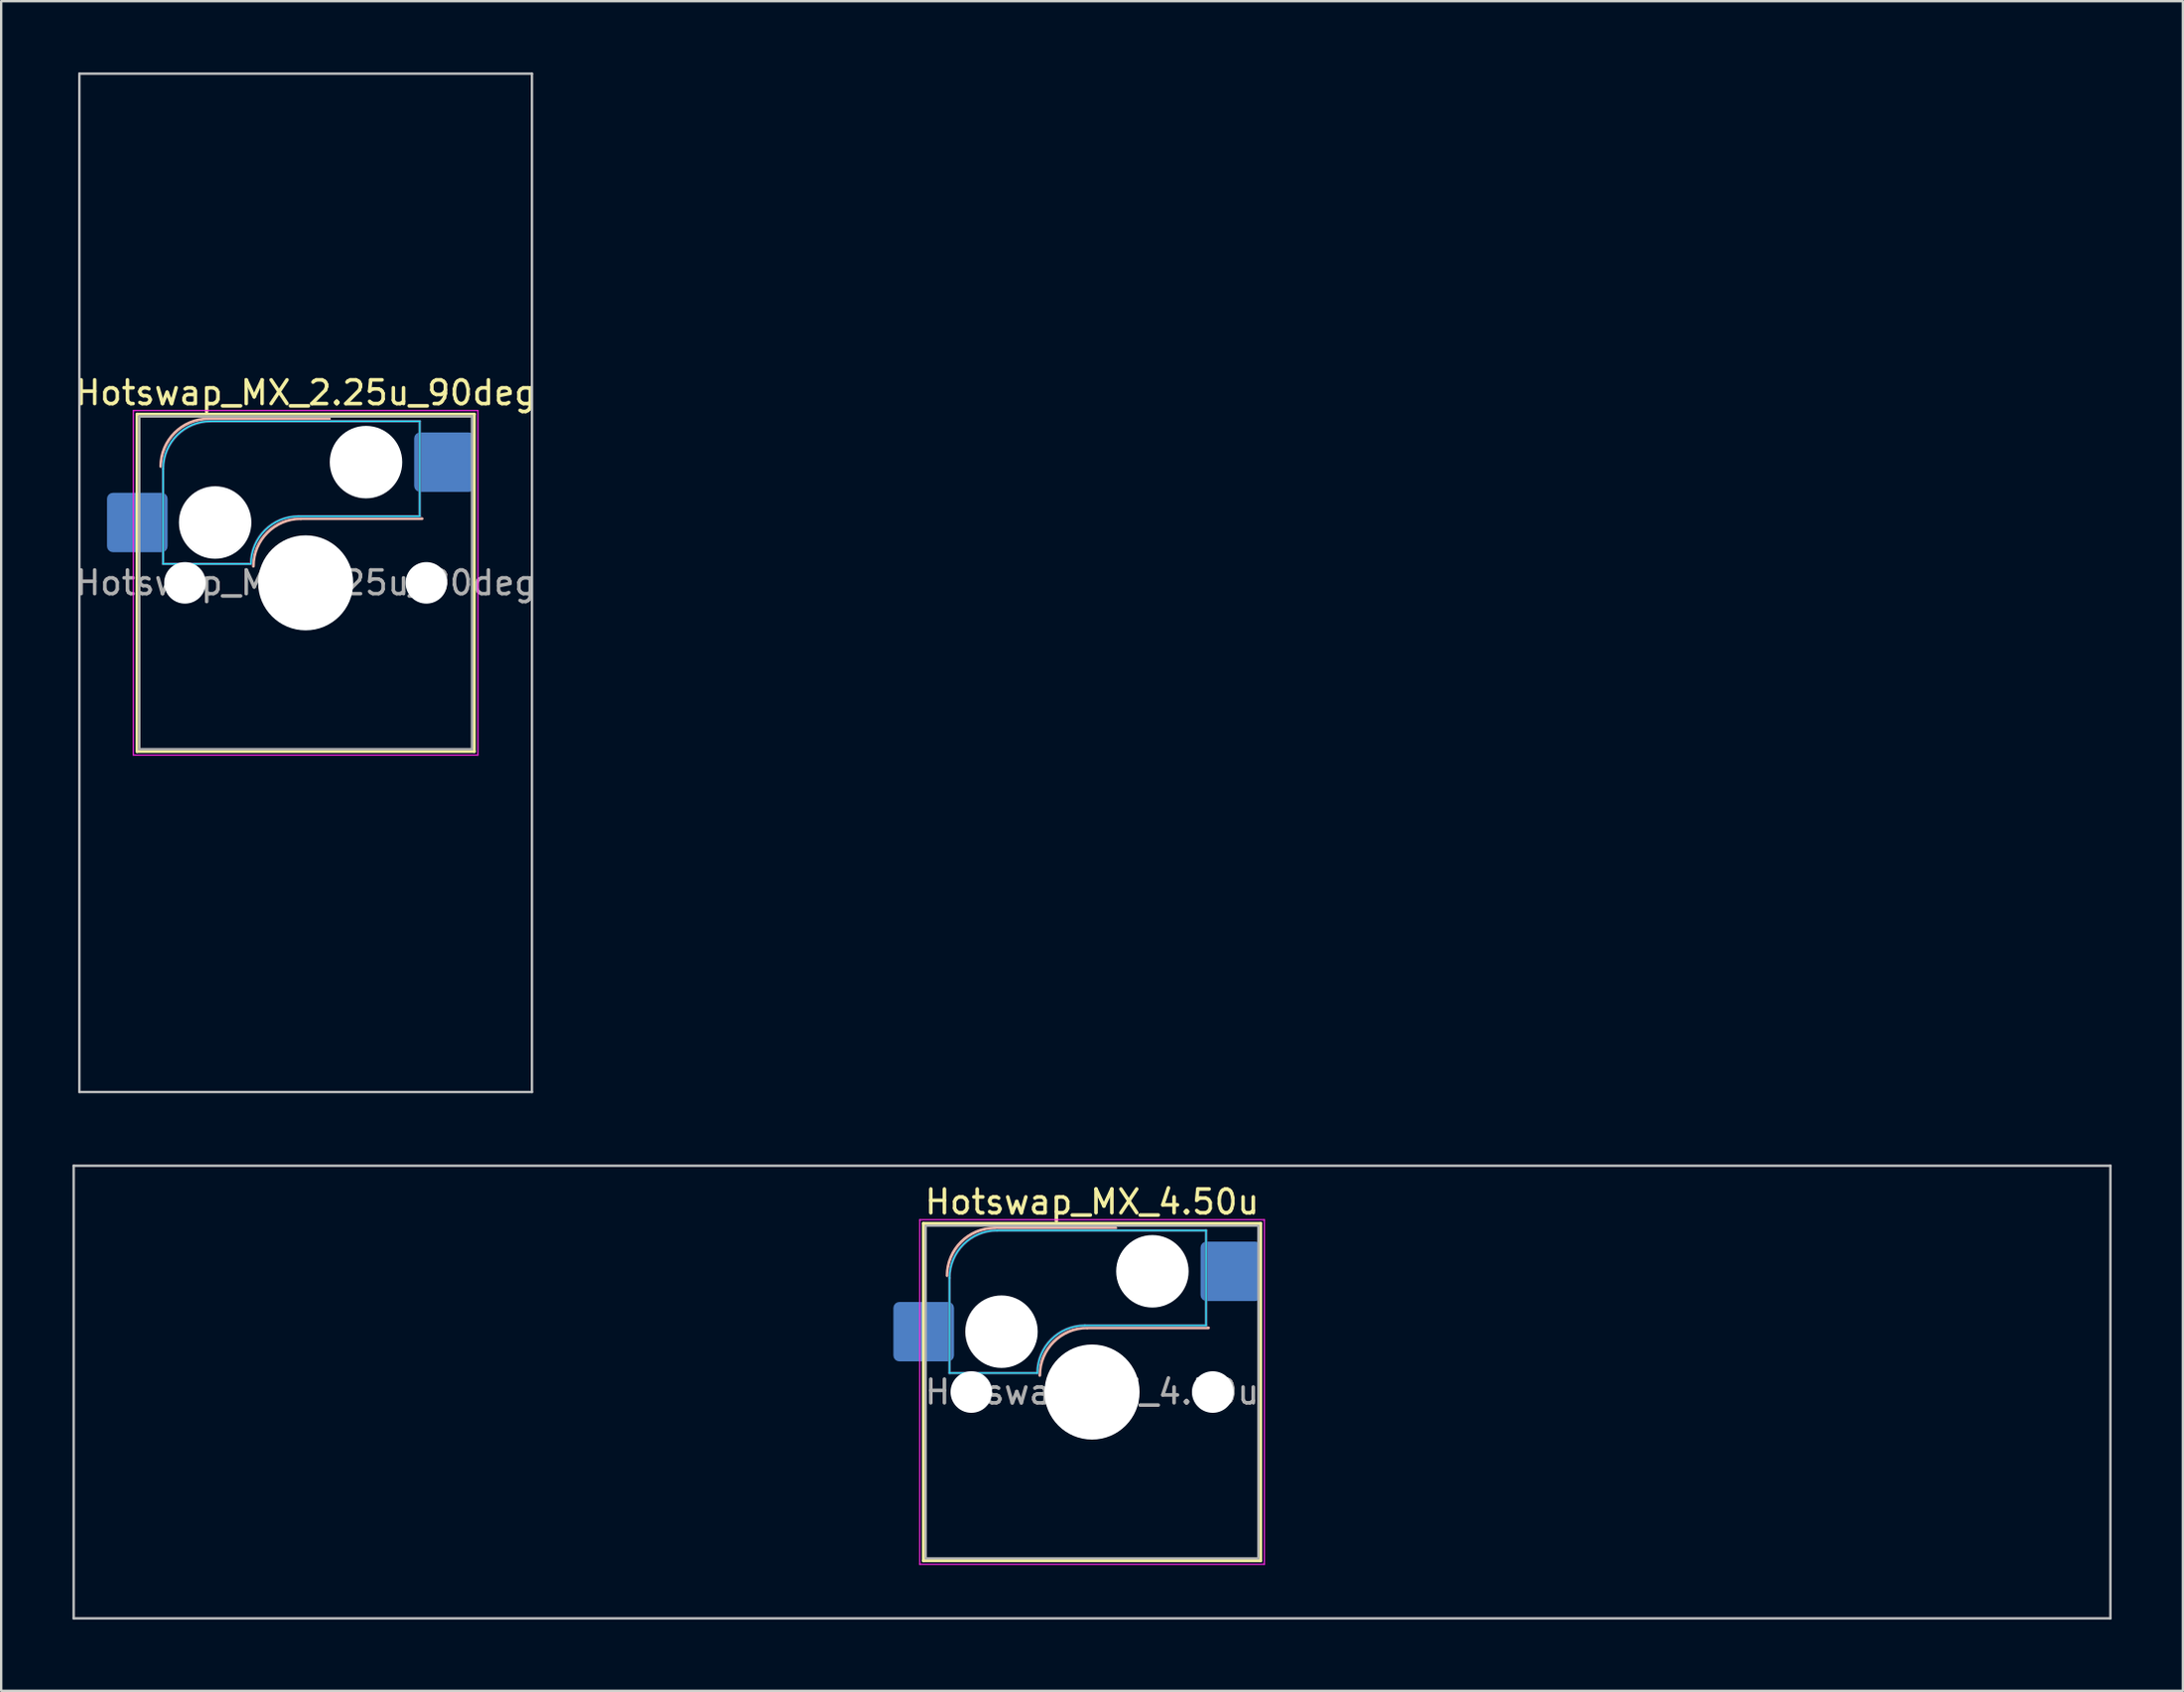
<source format=kicad_pcb>
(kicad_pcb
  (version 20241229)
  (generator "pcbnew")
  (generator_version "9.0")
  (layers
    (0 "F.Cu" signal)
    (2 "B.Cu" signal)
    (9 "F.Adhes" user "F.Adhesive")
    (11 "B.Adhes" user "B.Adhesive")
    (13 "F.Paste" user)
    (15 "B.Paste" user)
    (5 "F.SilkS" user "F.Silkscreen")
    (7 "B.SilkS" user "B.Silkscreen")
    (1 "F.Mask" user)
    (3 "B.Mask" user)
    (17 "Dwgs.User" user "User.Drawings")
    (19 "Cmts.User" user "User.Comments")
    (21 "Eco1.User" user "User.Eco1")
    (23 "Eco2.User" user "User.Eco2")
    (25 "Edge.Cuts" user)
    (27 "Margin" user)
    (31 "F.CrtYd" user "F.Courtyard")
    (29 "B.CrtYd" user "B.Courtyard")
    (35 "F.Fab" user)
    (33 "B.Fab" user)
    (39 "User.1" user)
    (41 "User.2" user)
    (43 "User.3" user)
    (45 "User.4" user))
  (footprint "Hotswap_MX_2.25u_90deg"
    (layer "F.Cu")
    (at 9.815 21.481)
    (property "Reference" "Hotswap_MX_2.25u_90deg" (at 0 -8 0) (layer "F.SilkS") (effects (font (size 1 1) (thickness 0.15))))
    (attr smd)
    (fp_line (start -7.1 -7.1) (end -7.1 7.1) (stroke (width 0.12) (type solid)) (layer "F.SilkS"))
    (fp_line (start -7.1 7.1) (end 7.1 7.1) (stroke (width 0.12) (type solid)) (layer "F.SilkS"))
    (fp_line (start 7.1 -7.1) (end -7.1 -7.1) (stroke (width 0.12) (type solid)) (layer "F.SilkS"))
    (fp_line (start 7.1 7.1) (end 7.1 -7.1) (stroke (width 0.12) (type solid)) (layer "F.SilkS"))
    (fp_line (start -4.1 -6.9) (end 1 -6.9) (stroke (width 0.12) (type solid)) (layer "B.SilkS"))
    (fp_line (start -0.2 -2.7) (end 4.9 -2.7) (stroke (width 0.12) (type solid)) (layer "B.SilkS"))
    (fp_arc (start -6.1 -4.9) (mid -5.514214 -6.314214) (end -4.1 -6.9) (stroke (width 0.12) (type solid)) (layer "B.SilkS"))
    (fp_arc (start -2.2 -0.7) (mid -1.614214 -2.114214) (end -0.2 -2.7) (stroke (width 0.12) (type solid)) (layer "B.SilkS"))
    (fp_line (start -9.525 -21.431) (end 9.525 -21.431) (stroke (width 0.1) (type solid)) (layer "Dwgs.User"))
    (fp_line (start -9.525 21.431) (end -9.525 -21.431) (stroke (width 0.1) (type solid)) (layer "Dwgs.User"))
    (fp_line (start 9.525 -21.431) (end 9.525 21.431) (stroke (width 0.1) (type solid)) (layer "Dwgs.User"))
    (fp_line (start 9.525 21.431) (end -9.525 21.431) (stroke (width 0.1) (type solid)) (layer "Dwgs.User"))
    (fp_line (start -7.8 -6) (end -7 -6) (stroke (width 0.1) (type solid)) (layer "Eco1.User"))
    (fp_line (start -7.8 -2.9) (end -7.8 -6) (stroke (width 0.1) (type solid)) (layer "Eco1.User"))
    (fp_line (start -7.8 2.9) (end -7 2.9) (stroke (width 0.1) (type solid)) (layer "Eco1.User"))
    (fp_line (start -7.8 6) (end -7.8 2.9) (stroke (width 0.1) (type solid)) (layer "Eco1.User"))
    (fp_line (start -7 -7) (end 7 -7) (stroke (width 0.1) (type solid)) (layer "Eco1.User"))
    (fp_line (start -7 -6) (end -7 -7) (stroke (width 0.1) (type solid)) (layer "Eco1.User"))
    (fp_line (start -7 -2.9) (end -7.8 -2.9) (stroke (width 0.1) (type solid)) (layer "Eco1.User"))
    (fp_line (start -7 2.9) (end -7 -2.9) (stroke (width 0.1) (type solid)) (layer "Eco1.User"))
    (fp_line (start -7 6) (end -7.8 6) (stroke (width 0.1) (type solid)) (layer "Eco1.User"))
    (fp_line (start -7 7) (end -7 6) (stroke (width 0.1) (type solid)) (layer "Eco1.User"))
    (fp_line (start 7 -7) (end 7 -6) (stroke (width 0.1) (type solid)) (layer "Eco1.User"))
    (fp_line (start 7 -6) (end 7.8 -6) (stroke (width 0.1) (type solid)) (layer "Eco1.User"))
    (fp_line (start 7 -2.9) (end 7 2.9) (stroke (width 0.1) (type solid)) (layer "Eco1.User"))
    (fp_line (start 7 2.9) (end 7.8 2.9) (stroke (width 0.1) (type solid)) (layer "Eco1.User"))
    (fp_line (start 7 6) (end 7 7) (stroke (width 0.1) (type solid)) (layer "Eco1.User"))
    (fp_line (start 7 7) (end -7 7) (stroke (width 0.1) (type solid)) (layer "Eco1.User"))
    (fp_line (start 7.8 -6) (end 7.8 -2.9) (stroke (width 0.1) (type solid)) (layer "Eco1.User"))
    (fp_line (start 7.8 -2.9) (end 7 -2.9) (stroke (width 0.1) (type solid)) (layer "Eco1.User"))
    (fp_line (start 7.8 2.9) (end 7.8 6) (stroke (width 0.1) (type solid)) (layer "Eco1.User"))
    (fp_line (start 7.8 6) (end 7 6) (stroke (width 0.1) (type solid)) (layer "Eco1.User"))
    (fp_line (start -6 -0.8) (end -6 -4.8) (stroke (width 0.05) (type solid)) (layer "B.CrtYd"))
    (fp_line (start -6 -0.8) (end -2.3 -0.8) (stroke (width 0.05) (type solid)) (layer "B.CrtYd"))
    (fp_line (start -4 -6.8) (end 4.8 -6.8) (stroke (width 0.05) (type solid)) (layer "B.CrtYd"))
    (fp_line (start -0.3 -2.8) (end 4.8 -2.8) (stroke (width 0.05) (type solid)) (layer "B.CrtYd"))
    (fp_line (start 4.8 -6.8) (end 4.8 -2.8) (stroke (width 0.05) (type solid)) (layer "B.CrtYd"))
    (fp_arc (start -6 -4.8) (mid -5.414214 -6.214214) (end -4 -6.8) (stroke (width 0.05) (type solid)) (layer "B.CrtYd"))
    (fp_arc (start -2.3 -0.8) (mid -1.714214 -2.214214) (end -0.3 -2.8) (stroke (width 0.05) (type solid)) (layer "B.CrtYd"))
    (fp_line (start -7.25 -7.25) (end -7.25 7.25) (stroke (width 0.05) (type solid)) (layer "F.CrtYd"))
    (fp_line (start -7.25 7.25) (end 7.25 7.25) (stroke (width 0.05) (type solid)) (layer "F.CrtYd"))
    (fp_line (start 7.25 -7.25) (end -7.25 -7.25) (stroke (width 0.05) (type solid)) (layer "F.CrtYd"))
    (fp_line (start 7.25 7.25) (end 7.25 -7.25) (stroke (width 0.05) (type solid)) (layer "F.CrtYd"))
    (fp_line (start -6 -0.8) (end -6 -4.8) (stroke (width 0.12) (type solid)) (layer "B.Fab"))
    (fp_line (start -6 -0.8) (end -2.3 -0.8) (stroke (width 0.12) (type solid)) (layer "B.Fab"))
    (fp_line (start -4 -6.8) (end 4.8 -6.8) (stroke (width 0.12) (type solid)) (layer "B.Fab"))
    (fp_line (start -0.3 -2.8) (end 4.8 -2.8) (stroke (width 0.12) (type solid)) (layer "B.Fab"))
    (fp_line (start 4.8 -6.8) (end 4.8 -2.8) (stroke (width 0.12) (type solid)) (layer "B.Fab"))
    (fp_arc (start -6 -4.8) (mid -5.414214 -6.214214) (end -4 -6.8) (stroke (width 0.12) (type solid)) (layer "B.Fab"))
    (fp_arc (start -2.3 -0.8) (mid -1.714214 -2.214214) (end -0.3 -2.8) (stroke (width 0.12) (type solid)) (layer "B.Fab"))
    (fp_line (start -7 -7) (end -7 7) (stroke (width 0.1) (type solid)) (layer "F.Fab"))
    (fp_line (start -7 7) (end 7 7) (stroke (width 0.1) (type solid)) (layer "F.Fab"))
    (fp_line (start 7 -7) (end -7 -7) (stroke (width 0.1) (type solid)) (layer "F.Fab"))
    (fp_line (start 7 7) (end 7 -7) (stroke (width 0.1) (type solid)) (layer "F.Fab"))
    (fp_text user "${REFERENCE}" (at 0 0 0) (layer "F.Fab") (effects (font (size 1 1) (thickness 0.15))))
    (pad "" np_thru_hole circle (at -5.08 0) (size 1.75 1.75) (drill 1.75) (layers "*.Cu" "*.Mask"))
    (pad "" np_thru_hole circle (at -3.81 -2.54) (size 3.05 3.05) (drill 3.05) (layers "*.Cu" "*.Mask"))
    (pad "" np_thru_hole circle (at 0 0) (size 4 4) (drill 4) (layers "*.Cu" "*.Mask"))
    (pad "" np_thru_hole circle (at 2.54 -5.08) (size 3.05 3.05) (drill 3.05) (layers "*.Cu" "*.Mask"))
    (pad "" np_thru_hole circle (at 5.08 0) (size 1.75 1.75) (drill 1.75) (layers "*.Cu" "*.Mask"))
    (pad "1" smd roundrect (at -7.085 -2.54) (size 2.55 2.5) (layers "B.Cu" "B.Mask" "B.Paste") (roundrect_rratio 0.1))
    (pad "2" smd roundrect (at 5.842 -5.08) (size 2.55 2.5) (layers "B.Cu" "B.Mask" "B.Paste") (roundrect_rratio 0.1)))
  (footprint "Hotswap_MX_4.50u"
    (layer "F.Cu")
    (at 42.913 55.538)
    (property "Reference" "Hotswap_MX_4.50u" (at 0 -8 0) (layer "F.SilkS") (effects (font (size 1 1) (thickness 0.15))))
    (attr smd)
    (fp_line (start -7.1 -7.1) (end -7.1 7.1) (stroke (width 0.12) (type solid)) (layer "F.SilkS"))
    (fp_line (start -7.1 7.1) (end 7.1 7.1) (stroke (width 0.12) (type solid)) (layer "F.SilkS"))
    (fp_line (start 7.1 -7.1) (end -7.1 -7.1) (stroke (width 0.12) (type solid)) (layer "F.SilkS"))
    (fp_line (start 7.1 7.1) (end 7.1 -7.1) (stroke (width 0.12) (type solid)) (layer "F.SilkS"))
    (fp_line (start -4.1 -6.9) (end 1 -6.9) (stroke (width 0.12) (type solid)) (layer "B.SilkS"))
    (fp_line (start -0.2 -2.7) (end 4.9 -2.7) (stroke (width 0.12) (type solid)) (layer "B.SilkS"))
    (fp_arc (start -6.1 -4.9) (mid -5.514214 -6.314214) (end -4.1 -6.9) (stroke (width 0.12) (type solid)) (layer "B.SilkS"))
    (fp_arc (start -2.2 -0.7) (mid -1.614214 -2.114214) (end -0.2 -2.7) (stroke (width 0.12) (type solid)) (layer "B.SilkS"))
    (fp_line (start -42.862 -9.525) (end -42.862 9.525) (stroke (width 0.1) (type solid)) (layer "Dwgs.User"))
    (fp_line (start -42.862 9.525) (end 42.862 9.525) (stroke (width 0.1) (type solid)) (layer "Dwgs.User"))
    (fp_line (start 42.862 -9.525) (end -42.862 -9.525) (stroke (width 0.1) (type solid)) (layer "Dwgs.User"))
    (fp_line (start 42.862 9.525) (end 42.862 -9.525) (stroke (width 0.1) (type solid)) (layer "Dwgs.User"))
    (fp_line (start -7.8 -6) (end -7 -6) (stroke (width 0.1) (type solid)) (layer "Eco1.User"))
    (fp_line (start -7.8 -2.9) (end -7.8 -6) (stroke (width 0.1) (type solid)) (layer "Eco1.User"))
    (fp_line (start -7.8 2.9) (end -7 2.9) (stroke (width 0.1) (type solid)) (layer "Eco1.User"))
    (fp_line (start -7.8 6) (end -7.8 2.9) (stroke (width 0.1) (type solid)) (layer "Eco1.User"))
    (fp_line (start -7 -7) (end 7 -7) (stroke (width 0.1) (type solid)) (layer "Eco1.User"))
    (fp_line (start -7 -6) (end -7 -7) (stroke (width 0.1) (type solid)) (layer "Eco1.User"))
    (fp_line (start -7 -2.9) (end -7.8 -2.9) (stroke (width 0.1) (type solid)) (layer "Eco1.User"))
    (fp_line (start -7 2.9) (end -7 -2.9) (stroke (width 0.1) (type solid)) (layer "Eco1.User"))
    (fp_line (start -7 6) (end -7.8 6) (stroke (width 0.1) (type solid)) (layer "Eco1.User"))
    (fp_line (start -7 7) (end -7 6) (stroke (width 0.1) (type solid)) (layer "Eco1.User"))
    (fp_line (start 7 -7) (end 7 -6) (stroke (width 0.1) (type solid)) (layer "Eco1.User"))
    (fp_line (start 7 -6) (end 7.8 -6) (stroke (width 0.1) (type solid)) (layer "Eco1.User"))
    (fp_line (start 7 -2.9) (end 7 2.9) (stroke (width 0.1) (type solid)) (layer "Eco1.User"))
    (fp_line (start 7 2.9) (end 7.8 2.9) (stroke (width 0.1) (type solid)) (layer "Eco1.User"))
    (fp_line (start 7 6) (end 7 7) (stroke (width 0.1) (type solid)) (layer "Eco1.User"))
    (fp_line (start 7 7) (end -7 7) (stroke (width 0.1) (type solid)) (layer "Eco1.User"))
    (fp_line (start 7.8 -6) (end 7.8 -2.9) (stroke (width 0.1) (type solid)) (layer "Eco1.User"))
    (fp_line (start 7.8 -2.9) (end 7 -2.9) (stroke (width 0.1) (type solid)) (layer "Eco1.User"))
    (fp_line (start 7.8 2.9) (end 7.8 6) (stroke (width 0.1) (type solid)) (layer "Eco1.User"))
    (fp_line (start 7.8 6) (end 7 6) (stroke (width 0.1) (type solid)) (layer "Eco1.User"))
    (fp_line (start -6 -0.8) (end -6 -4.8) (stroke (width 0.05) (type solid)) (layer "B.CrtYd"))
    (fp_line (start -6 -0.8) (end -2.3 -0.8) (stroke (width 0.05) (type solid)) (layer "B.CrtYd"))
    (fp_line (start -4 -6.8) (end 4.8 -6.8) (stroke (width 0.05) (type solid)) (layer "B.CrtYd"))
    (fp_line (start -0.3 -2.8) (end 4.8 -2.8) (stroke (width 0.05) (type solid)) (layer "B.CrtYd"))
    (fp_line (start 4.8 -6.8) (end 4.8 -2.8) (stroke (width 0.05) (type solid)) (layer "B.CrtYd"))
    (fp_arc (start -6 -4.8) (mid -5.414214 -6.214214) (end -4 -6.8) (stroke (width 0.05) (type solid)) (layer "B.CrtYd"))
    (fp_arc (start -2.3 -0.8) (mid -1.714214 -2.214214) (end -0.3 -2.8) (stroke (width 0.05) (type solid)) (layer "B.CrtYd"))
    (fp_line (start -7.25 -7.25) (end -7.25 7.25) (stroke (width 0.05) (type solid)) (layer "F.CrtYd"))
    (fp_line (start -7.25 7.25) (end 7.25 7.25) (stroke (width 0.05) (type solid)) (layer "F.CrtYd"))
    (fp_line (start 7.25 -7.25) (end -7.25 -7.25) (stroke (width 0.05) (type solid)) (layer "F.CrtYd"))
    (fp_line (start 7.25 7.25) (end 7.25 -7.25) (stroke (width 0.05) (type solid)) (layer "F.CrtYd"))
    (fp_line (start -6 -0.8) (end -6 -4.8) (stroke (width 0.12) (type solid)) (layer "B.Fab"))
    (fp_line (start -6 -0.8) (end -2.3 -0.8) (stroke (width 0.12) (type solid)) (layer "B.Fab"))
    (fp_line (start -4 -6.8) (end 4.8 -6.8) (stroke (width 0.12) (type solid)) (layer "B.Fab"))
    (fp_line (start -0.3 -2.8) (end 4.8 -2.8) (stroke (width 0.12) (type solid)) (layer "B.Fab"))
    (fp_line (start 4.8 -6.8) (end 4.8 -2.8) (stroke (width 0.12) (type solid)) (layer "B.Fab"))
    (fp_arc (start -6 -4.8) (mid -5.414214 -6.214214) (end -4 -6.8) (stroke (width 0.12) (type solid)) (layer "B.Fab"))
    (fp_arc (start -2.3 -0.8) (mid -1.714214 -2.214214) (end -0.3 -2.8) (stroke (width 0.12) (type solid)) (layer "B.Fab"))
    (fp_line (start -7 -7) (end -7 7) (stroke (width 0.1) (type solid)) (layer "F.Fab"))
    (fp_line (start -7 7) (end 7 7) (stroke (width 0.1) (type solid)) (layer "F.Fab"))
    (fp_line (start 7 -7) (end -7 -7) (stroke (width 0.1) (type solid)) (layer "F.Fab"))
    (fp_line (start 7 7) (end 7 -7) (stroke (width 0.1) (type solid)) (layer "F.Fab"))
    (fp_text user "${REFERENCE}" (at 0 0 0) (layer "F.Fab") (effects (font (size 1 1) (thickness 0.15))))
    (pad "" np_thru_hole circle (at -5.08 0) (size 1.75 1.75) (drill 1.75) (layers "*.Cu" "*.Mask"))
    (pad "" np_thru_hole circle (at -3.81 -2.54) (size 3.05 3.05) (drill 3.05) (layers "*.Cu" "*.Mask"))
    (pad "" np_thru_hole circle (at 0 0) (size 4 4) (drill 4) (layers "*.Cu" "*.Mask"))
    (pad "" np_thru_hole circle (at 2.54 -5.08) (size 3.05 3.05) (drill 3.05) (layers "*.Cu" "*.Mask"))
    (pad "" np_thru_hole circle (at 5.08 0) (size 1.75 1.75) (drill 1.75) (layers "*.Cu" "*.Mask"))
    (pad "1" smd roundrect (at -7.085 -2.54) (size 2.55 2.5) (layers "B.Cu" "B.Mask" "B.Paste") (roundrect_rratio 0.1))
    (pad "2" smd roundrect (at 5.842 -5.08) (size 2.55 2.5) (layers "B.Cu" "B.Mask" "B.Paste") (roundrect_rratio 0.1)))
  (gr_rect
    (start -3 -3)
    (end 88.825 68.112)
    (stroke (width 0.1) (type default))
    (fill no)
    (layer "Edge.Cuts")))
</source>
